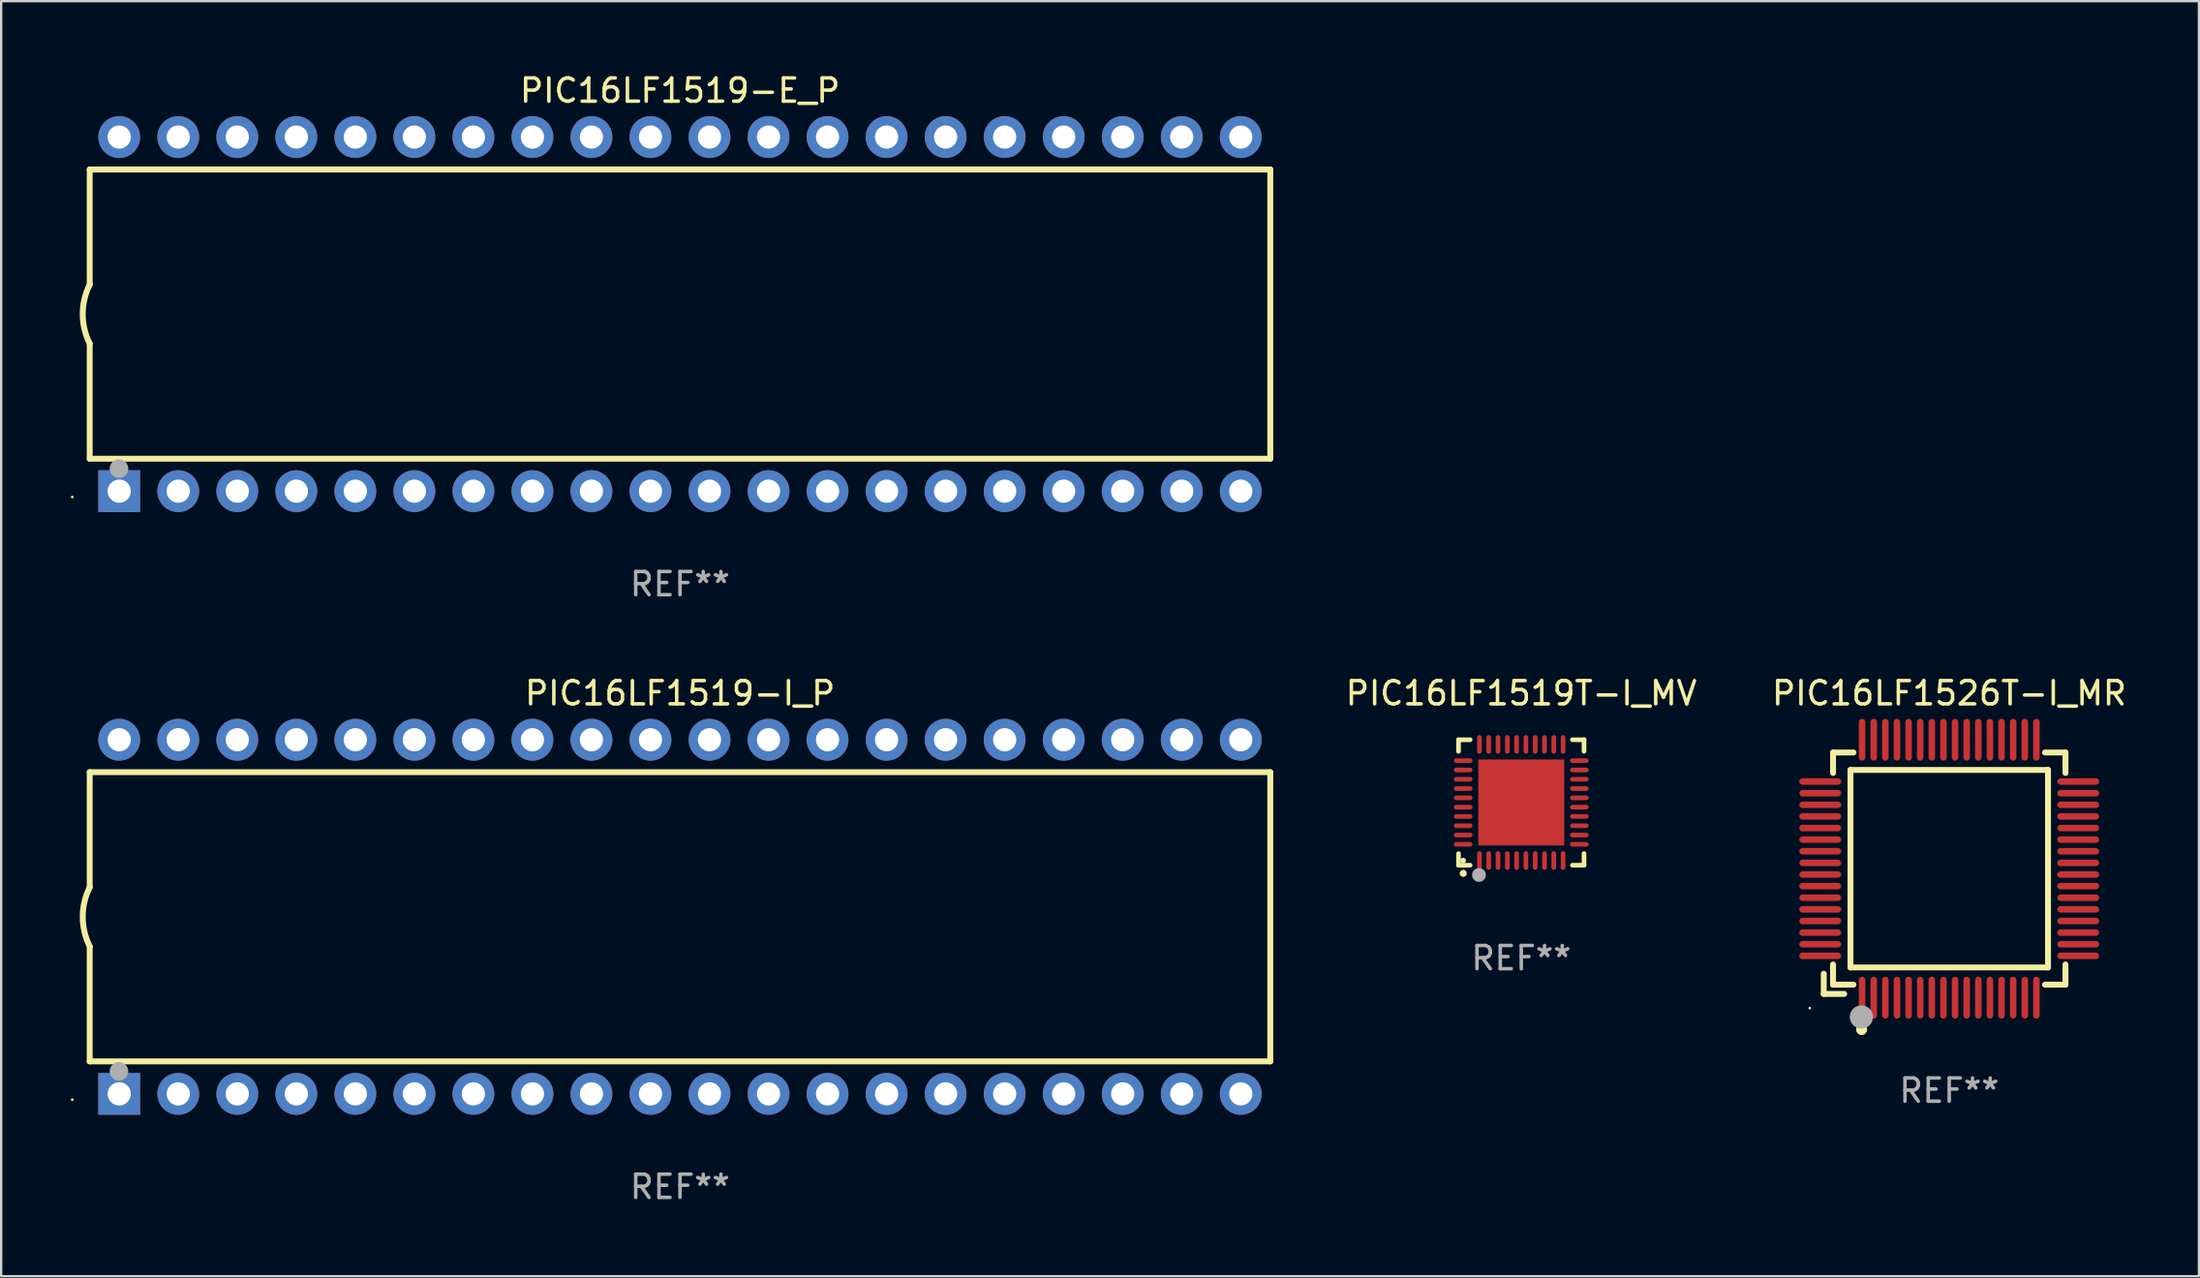
<source format=kicad_pcb>
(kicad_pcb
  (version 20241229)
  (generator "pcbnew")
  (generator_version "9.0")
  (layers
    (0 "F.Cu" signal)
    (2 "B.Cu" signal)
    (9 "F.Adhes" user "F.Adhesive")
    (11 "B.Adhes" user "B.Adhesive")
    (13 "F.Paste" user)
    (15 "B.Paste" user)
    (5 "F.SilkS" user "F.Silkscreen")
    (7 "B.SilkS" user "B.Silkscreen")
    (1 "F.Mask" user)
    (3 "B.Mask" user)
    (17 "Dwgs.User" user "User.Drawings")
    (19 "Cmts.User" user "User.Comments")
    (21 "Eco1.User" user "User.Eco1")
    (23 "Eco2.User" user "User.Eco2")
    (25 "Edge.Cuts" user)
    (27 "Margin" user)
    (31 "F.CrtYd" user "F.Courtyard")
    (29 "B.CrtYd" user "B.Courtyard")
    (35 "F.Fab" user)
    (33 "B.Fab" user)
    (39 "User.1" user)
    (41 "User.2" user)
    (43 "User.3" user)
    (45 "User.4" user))
  (footprint "PIC16LF1519-E_P"
    (layer "F.Cu")
    (at 26.21 10.468)
    (property "Reference" "PIC16LF1519-E_P" (at 0 -9.62 0) (layer "F.SilkS") (effects (font (size 1 1) (thickness 0.15))))
    (attr through_hole)
    (fp_line (start -25.4 -6.224) (end -25.4 -1.271) (stroke (width 0.254) (type solid)) (layer "F.SilkS"))
    (fp_line (start -25.4 -6.224) (end 25.4 -6.224) (stroke (width 0.254) (type solid)) (layer "F.SilkS"))
    (fp_line (start -25.4 1.269) (end -25.4 6.222) (stroke (width 0.254) (type solid)) (layer "F.SilkS"))
    (fp_line (start -25.4 6.222) (end 25.4 6.222) (stroke (width 0.254) (type solid)) (layer "F.SilkS"))
    (fp_line (start 25.4 6.222) (end 25.4 -6.224) (stroke (width 0.254) (type solid)) (layer "F.SilkS"))
    (fp_arc (start -25.4 1.269241) (mid -25.699807 -0.000762) (end -25.4 -1.270765) (stroke (width 0.254001) (type solid)) (layer "F.SilkS"))
    (fp_circle (center -26.15 7.87) (end -26.12 7.87) (stroke (width 0.06) (type solid)) (fill no) (layer "F.SilkS"))
    (fp_circle (center -24.14 6.65) (end -23.94 6.65) (stroke (width 0.4) (type solid)) (fill no) (layer "F.Fab"))
    (fp_text user "REF**" (at 0 11.62 0) (layer "F.Fab") (effects (font (size 1 1) (thickness 0.15))))
    (pad "1" thru_hole rect (at -24.13 7.62 90) (size 1.8 1.8) (drill 1) (layers "*.Cu" "*.Mask"))
    (pad "2" thru_hole circle (at -21.59 7.62) (size 1.8 1.8) (drill 1) (layers "*.Cu" "*.Mask"))
    (pad "3" thru_hole circle (at -19.05 7.62) (size 1.8 1.8) (drill 1) (layers "*.Cu" "*.Mask"))
    (pad "4" thru_hole circle (at -16.51 7.62) (size 1.8 1.8) (drill 1) (layers "*.Cu" "*.Mask"))
    (pad "5" thru_hole circle (at -13.97 7.62) (size 1.8 1.8) (drill 1) (layers "*.Cu" "*.Mask"))
    (pad "6" thru_hole circle (at -11.43 7.62) (size 1.8 1.8) (drill 1) (layers "*.Cu" "*.Mask"))
    (pad "7" thru_hole circle (at -8.89 7.62) (size 1.8 1.8) (drill 1) (layers "*.Cu" "*.Mask"))
    (pad "8" thru_hole circle (at -6.35 7.62) (size 1.8 1.8) (drill 1) (layers "*.Cu" "*.Mask"))
    (pad "9" thru_hole circle (at -3.81 7.62) (size 1.8 1.8) (drill 1) (layers "*.Cu" "*.Mask"))
    (pad "10" thru_hole circle (at -1.27 7.62) (size 1.8 1.8) (drill 1) (layers "*.Cu" "*.Mask"))
    (pad "11" thru_hole circle (at 1.27 7.62) (size 1.8 1.8) (drill 1) (layers "*.Cu" "*.Mask"))
    (pad "12" thru_hole circle (at 3.81 7.62) (size 1.8 1.8) (drill 1) (layers "*.Cu" "*.Mask"))
    (pad "13" thru_hole circle (at 6.35 7.62) (size 1.8 1.8) (drill 1) (layers "*.Cu" "*.Mask"))
    (pad "14" thru_hole circle (at 8.89 7.62) (size 1.8 1.8) (drill 1) (layers "*.Cu" "*.Mask"))
    (pad "15" thru_hole circle (at 11.43 7.62) (size 1.8 1.8) (drill 1) (layers "*.Cu" "*.Mask"))
    (pad "16" thru_hole circle (at 13.97 7.62) (size 1.8 1.8) (drill 1) (layers "*.Cu" "*.Mask"))
    (pad "17" thru_hole circle (at 16.51 7.62) (size 1.8 1.8) (drill 1) (layers "*.Cu" "*.Mask"))
    (pad "18" thru_hole circle (at 19.05 7.62) (size 1.8 1.8) (drill 1) (layers "*.Cu" "*.Mask"))
    (pad "19" thru_hole circle (at 21.59 7.62) (size 1.8 1.8) (drill 1) (layers "*.Cu" "*.Mask"))
    (pad "20" thru_hole circle (at 24.13 7.62) (size 1.8 1.8) (drill 1) (layers "*.Cu" "*.Mask"))
    (pad "21" thru_hole circle (at 24.13 -7.62) (size 1.8 1.8) (drill 1) (layers "*.Cu" "*.Mask"))
    (pad "22" thru_hole circle (at 21.59 -7.62) (size 1.8 1.8) (drill 1) (layers "*.Cu" "*.Mask"))
    (pad "23" thru_hole circle (at 19.05 -7.62) (size 1.8 1.8) (drill 1) (layers "*.Cu" "*.Mask"))
    (pad "24" thru_hole circle (at 16.51 -7.62) (size 1.8 1.8) (drill 1) (layers "*.Cu" "*.Mask"))
    (pad "25" thru_hole circle (at 13.97 -7.62) (size 1.8 1.8) (drill 1) (layers "*.Cu" "*.Mask"))
    (pad "26" thru_hole circle (at 11.43 -7.62) (size 1.8 1.8) (drill 1) (layers "*.Cu" "*.Mask"))
    (pad "27" thru_hole circle (at 8.89 -7.62) (size 1.8 1.8) (drill 1) (layers "*.Cu" "*.Mask"))
    (pad "28" thru_hole circle (at 6.35 -7.62) (size 1.8 1.8) (drill 1) (layers "*.Cu" "*.Mask"))
    (pad "29" thru_hole circle (at 3.81 -7.62) (size 1.8 1.8) (drill 1) (layers "*.Cu" "*.Mask"))
    (pad "30" thru_hole circle (at 1.27 -7.62) (size 1.8 1.8) (drill 1) (layers "*.Cu" "*.Mask"))
    (pad "31" thru_hole circle (at -1.27 -7.62) (size 1.8 1.8) (drill 1) (layers "*.Cu" "*.Mask"))
    (pad "32" thru_hole circle (at -3.81 -7.62) (size 1.8 1.8) (drill 1) (layers "*.Cu" "*.Mask"))
    (pad "33" thru_hole circle (at -6.35 -7.62) (size 1.8 1.8) (drill 1) (layers "*.Cu" "*.Mask"))
    (pad "34" thru_hole circle (at -8.89 -7.62) (size 1.8 1.8) (drill 1) (layers "*.Cu" "*.Mask"))
    (pad "35" thru_hole circle (at -11.43 -7.62) (size 1.8 1.8) (drill 1) (layers "*.Cu" "*.Mask"))
    (pad "36" thru_hole circle (at -13.97 -7.62) (size 1.8 1.8) (drill 1) (layers "*.Cu" "*.Mask"))
    (pad "37" thru_hole circle (at -16.51 -7.62) (size 1.8 1.8) (drill 1) (layers "*.Cu" "*.Mask"))
    (pad "38" thru_hole circle (at -19.05 -7.62) (size 1.8 1.8) (drill 1) (layers "*.Cu" "*.Mask"))
    (pad "39" thru_hole circle (at -21.59 -7.62) (size 1.8 1.8) (drill 1) (layers "*.Cu" "*.Mask"))
    (pad "40" thru_hole circle (at -24.13 -7.62) (size 1.8 1.8) (drill 1) (layers "*.Cu" "*.Mask")))
  (footprint "PIC16LF1519-I_P"
    (layer "F.Cu")
    (at 26.21 36.405)
    (property "Reference" "PIC16LF1519-I_P" (at 0 -9.62 0) (layer "F.SilkS") (effects (font (size 1 1) (thickness 0.15))))
    (attr through_hole)
    (fp_line (start -25.4 -6.224) (end -25.4 -1.271) (stroke (width 0.254) (type solid)) (layer "F.SilkS"))
    (fp_line (start -25.4 -6.224) (end 25.4 -6.224) (stroke (width 0.254) (type solid)) (layer "F.SilkS"))
    (fp_line (start -25.4 1.269) (end -25.4 6.222) (stroke (width 0.254) (type solid)) (layer "F.SilkS"))
    (fp_line (start -25.4 6.222) (end 25.4 6.222) (stroke (width 0.254) (type solid)) (layer "F.SilkS"))
    (fp_line (start 25.4 6.222) (end 25.4 -6.224) (stroke (width 0.254) (type solid)) (layer "F.SilkS"))
    (fp_arc (start -25.4 1.269241) (mid -25.699807 -0.000762) (end -25.4 -1.270765) (stroke (width 0.254001) (type solid)) (layer "F.SilkS"))
    (fp_circle (center -26.15 7.87) (end -26.12 7.87) (stroke (width 0.06) (type solid)) (fill no) (layer "F.SilkS"))
    (fp_circle (center -24.14 6.65) (end -23.94 6.65) (stroke (width 0.4) (type solid)) (fill no) (layer "F.Fab"))
    (fp_text user "REF**" (at 0 11.62 0) (layer "F.Fab") (effects (font (size 1 1) (thickness 0.15))))
    (pad "1" thru_hole rect (at -24.13 7.62 90) (size 1.8 1.8) (drill 1) (layers "*.Cu" "*.Mask"))
    (pad "2" thru_hole circle (at -21.59 7.62) (size 1.8 1.8) (drill 1) (layers "*.Cu" "*.Mask"))
    (pad "3" thru_hole circle (at -19.05 7.62) (size 1.8 1.8) (drill 1) (layers "*.Cu" "*.Mask"))
    (pad "4" thru_hole circle (at -16.51 7.62) (size 1.8 1.8) (drill 1) (layers "*.Cu" "*.Mask"))
    (pad "5" thru_hole circle (at -13.97 7.62) (size 1.8 1.8) (drill 1) (layers "*.Cu" "*.Mask"))
    (pad "6" thru_hole circle (at -11.43 7.62) (size 1.8 1.8) (drill 1) (layers "*.Cu" "*.Mask"))
    (pad "7" thru_hole circle (at -8.89 7.62) (size 1.8 1.8) (drill 1) (layers "*.Cu" "*.Mask"))
    (pad "8" thru_hole circle (at -6.35 7.62) (size 1.8 1.8) (drill 1) (layers "*.Cu" "*.Mask"))
    (pad "9" thru_hole circle (at -3.81 7.62) (size 1.8 1.8) (drill 1) (layers "*.Cu" "*.Mask"))
    (pad "10" thru_hole circle (at -1.27 7.62) (size 1.8 1.8) (drill 1) (layers "*.Cu" "*.Mask"))
    (pad "11" thru_hole circle (at 1.27 7.62) (size 1.8 1.8) (drill 1) (layers "*.Cu" "*.Mask"))
    (pad "12" thru_hole circle (at 3.81 7.62) (size 1.8 1.8) (drill 1) (layers "*.Cu" "*.Mask"))
    (pad "13" thru_hole circle (at 6.35 7.62) (size 1.8 1.8) (drill 1) (layers "*.Cu" "*.Mask"))
    (pad "14" thru_hole circle (at 8.89 7.62) (size 1.8 1.8) (drill 1) (layers "*.Cu" "*.Mask"))
    (pad "15" thru_hole circle (at 11.43 7.62) (size 1.8 1.8) (drill 1) (layers "*.Cu" "*.Mask"))
    (pad "16" thru_hole circle (at 13.97 7.62) (size 1.8 1.8) (drill 1) (layers "*.Cu" "*.Mask"))
    (pad "17" thru_hole circle (at 16.51 7.62) (size 1.8 1.8) (drill 1) (layers "*.Cu" "*.Mask"))
    (pad "18" thru_hole circle (at 19.05 7.62) (size 1.8 1.8) (drill 1) (layers "*.Cu" "*.Mask"))
    (pad "19" thru_hole circle (at 21.59 7.62) (size 1.8 1.8) (drill 1) (layers "*.Cu" "*.Mask"))
    (pad "20" thru_hole circle (at 24.13 7.62) (size 1.8 1.8) (drill 1) (layers "*.Cu" "*.Mask"))
    (pad "21" thru_hole circle (at 24.13 -7.62) (size 1.8 1.8) (drill 1) (layers "*.Cu" "*.Mask"))
    (pad "22" thru_hole circle (at 21.59 -7.62) (size 1.8 1.8) (drill 1) (layers "*.Cu" "*.Mask"))
    (pad "23" thru_hole circle (at 19.05 -7.62) (size 1.8 1.8) (drill 1) (layers "*.Cu" "*.Mask"))
    (pad "24" thru_hole circle (at 16.51 -7.62) (size 1.8 1.8) (drill 1) (layers "*.Cu" "*.Mask"))
    (pad "25" thru_hole circle (at 13.97 -7.62) (size 1.8 1.8) (drill 1) (layers "*.Cu" "*.Mask"))
    (pad "26" thru_hole circle (at 11.43 -7.62) (size 1.8 1.8) (drill 1) (layers "*.Cu" "*.Mask"))
    (pad "27" thru_hole circle (at 8.89 -7.62) (size 1.8 1.8) (drill 1) (layers "*.Cu" "*.Mask"))
    (pad "28" thru_hole circle (at 6.35 -7.62) (size 1.8 1.8) (drill 1) (layers "*.Cu" "*.Mask"))
    (pad "29" thru_hole circle (at 3.81 -7.62) (size 1.8 1.8) (drill 1) (layers "*.Cu" "*.Mask"))
    (pad "30" thru_hole circle (at 1.27 -7.62) (size 1.8 1.8) (drill 1) (layers "*.Cu" "*.Mask"))
    (pad "31" thru_hole circle (at -1.27 -7.62) (size 1.8 1.8) (drill 1) (layers "*.Cu" "*.Mask"))
    (pad "32" thru_hole circle (at -3.81 -7.62) (size 1.8 1.8) (drill 1) (layers "*.Cu" "*.Mask"))
    (pad "33" thru_hole circle (at -6.35 -7.62) (size 1.8 1.8) (drill 1) (layers "*.Cu" "*.Mask"))
    (pad "34" thru_hole circle (at -8.89 -7.62) (size 1.8 1.8) (drill 1) (layers "*.Cu" "*.Mask"))
    (pad "35" thru_hole circle (at -11.43 -7.62) (size 1.8 1.8) (drill 1) (layers "*.Cu" "*.Mask"))
    (pad "36" thru_hole circle (at -13.97 -7.62) (size 1.8 1.8) (drill 1) (layers "*.Cu" "*.Mask"))
    (pad "37" thru_hole circle (at -16.51 -7.62) (size 1.8 1.8) (drill 1) (layers "*.Cu" "*.Mask"))
    (pad "38" thru_hole circle (at -19.05 -7.62) (size 1.8 1.8) (drill 1) (layers "*.Cu" "*.Mask"))
    (pad "39" thru_hole circle (at -21.59 -7.62) (size 1.8 1.8) (drill 1) (layers "*.Cu" "*.Mask"))
    (pad "40" thru_hole circle (at -24.13 -7.62) (size 1.8 1.8) (drill 1) (layers "*.Cu" "*.Mask")))
  (footprint "PIC16LF1526T-I_MR"
    (layer "F.Cu")
    (at 80.826 34.335)
    (property "Reference" "PIC16LF1526T-I_MR" (at 0 -7.55 0) (layer "F.SilkS") (effects (font (size 1 1) (thickness 0.15))))
    (attr through_hole)
    (fp_line (start -5.4 4.521) (end -5.4 5.39) (stroke (width 0.254) (type solid)) (layer "F.SilkS"))
    (fp_line (start -5.4 5.39) (end -4.521 5.39) (stroke (width 0.254) (type solid)) (layer "F.SilkS"))
    (fp_line (start -5 -5) (end -5 -4.121) (stroke (width 0.254) (type solid)) (layer "F.SilkS"))
    (fp_line (start -5 4.121) (end -5 4.99) (stroke (width 0.254) (type solid)) (layer "F.SilkS"))
    (fp_line (start -5 4.99) (end -4.121 4.99) (stroke (width 0.254) (type solid)) (layer "F.SilkS"))
    (fp_line (start -4.25 -4.25) (end -4.25 4.25) (stroke (width 0.254) (type solid)) (layer "F.SilkS"))
    (fp_line (start -4.25 4.25) (end 4.25 4.25) (stroke (width 0.254) (type solid)) (layer "F.SilkS"))
    (fp_line (start -4.121 -5) (end -5 -5) (stroke (width 0.254) (type solid)) (layer "F.SilkS"))
    (fp_line (start 4.121 4.99) (end 5 4.99) (stroke (width 0.254) (type solid)) (layer "F.SilkS"))
    (fp_line (start 4.25 -4.25) (end -4.25 -4.25) (stroke (width 0.254) (type solid)) (layer "F.SilkS"))
    (fp_line (start 4.25 4.25) (end 4.25 -4.25) (stroke (width 0.254) (type solid)) (layer "F.SilkS"))
    (fp_line (start 5 -5) (end 4.121 -5) (stroke (width 0.254) (type solid)) (layer "F.SilkS"))
    (fp_line (start 5 -4.121) (end 5 -5) (stroke (width 0.254) (type solid)) (layer "F.SilkS"))
    (fp_line (start 5 4.99) (end 5 4.121) (stroke (width 0.254) (type solid)) (layer "F.SilkS"))
    (fp_circle (center -6 6) (end -5.97 6) (stroke (width 0.06) (type solid)) (fill no) (layer "F.SilkS"))
    (fp_circle (center -3.77 6.92) (end -3.65 6.92) (stroke (width 0.24) (type solid)) (fill no) (layer "F.SilkS"))
    (fp_circle (center -3.78 6.38) (end -3.53 6.38) (stroke (width 0.5) (type solid)) (fill no) (layer "F.Fab"))
    (fp_text user "REF**" (at 0 9.55 0) (layer "F.Fab") (effects (font (size 1 1) (thickness 0.15))))
    (pad "1" smd oval (at -3.75 5.55) (size 0.28 1.8) (layers "F.Cu" "F.Mask" "F.Paste"))
    (pad "2" smd oval (at -3.25 5.55) (size 0.28 1.8) (layers "F.Cu" "F.Mask" "F.Paste"))
    (pad "3" smd oval (at -2.75 5.55) (size 0.28 1.8) (layers "F.Cu" "F.Mask" "F.Paste"))
    (pad "4" smd oval (at -2.25 5.55) (size 0.28 1.8) (layers "F.Cu" "F.Mask" "F.Paste"))
    (pad "5" smd oval (at -1.75 5.55) (size 0.28 1.8) (layers "F.Cu" "F.Mask" "F.Paste"))
    (pad "6" smd oval (at -1.25 5.55) (size 0.28 1.8) (layers "F.Cu" "F.Mask" "F.Paste"))
    (pad "7" smd oval (at -0.75 5.55) (size 0.28 1.8) (layers "F.Cu" "F.Mask" "F.Paste"))
    (pad "8" smd oval (at -0.25 5.55) (size 0.28 1.8) (layers "F.Cu" "F.Mask" "F.Paste"))
    (pad "9" smd oval (at 0.25 5.55) (size 0.28 1.8) (layers "F.Cu" "F.Mask" "F.Paste"))
    (pad "10" smd oval (at 0.75 5.55) (size 0.28 1.8) (layers "F.Cu" "F.Mask" "F.Paste"))
    (pad "11" smd oval (at 1.25 5.55) (size 0.28 1.8) (layers "F.Cu" "F.Mask" "F.Paste"))
    (pad "12" smd oval (at 1.75 5.55) (size 0.28 1.8) (layers "F.Cu" "F.Mask" "F.Paste"))
    (pad "13" smd oval (at 2.25 5.55) (size 0.28 1.8) (layers "F.Cu" "F.Mask" "F.Paste"))
    (pad "14" smd oval (at 2.75 5.55) (size 0.28 1.8) (layers "F.Cu" "F.Mask" "F.Paste"))
    (pad "15" smd oval (at 3.25 5.55) (size 0.28 1.8) (layers "F.Cu" "F.Mask" "F.Paste"))
    (pad "16" smd oval (at 3.75 5.55) (size 0.28 1.8) (layers "F.Cu" "F.Mask" "F.Paste"))
    (pad "17" smd oval (at 5.55 3.75) (size 1.8 0.28) (layers "F.Cu" "F.Mask" "F.Paste"))
    (pad "18" smd oval (at 5.55 3.25) (size 1.8 0.28) (layers "F.Cu" "F.Mask" "F.Paste"))
    (pad "19" smd oval (at 5.55 2.75) (size 1.8 0.28) (layers "F.Cu" "F.Mask" "F.Paste"))
    (pad "20" smd oval (at 5.55 2.25) (size 1.8 0.28) (layers "F.Cu" "F.Mask" "F.Paste"))
    (pad "21" smd oval (at 5.55 1.75) (size 1.8 0.28) (layers "F.Cu" "F.Mask" "F.Paste"))
    (pad "22" smd oval (at 5.55 1.25) (size 1.8 0.28) (layers "F.Cu" "F.Mask" "F.Paste"))
    (pad "23" smd oval (at 5.55 0.75) (size 1.8 0.28) (layers "F.Cu" "F.Mask" "F.Paste"))
    (pad "24" smd oval (at 5.55 0.25) (size 1.8 0.28) (layers "F.Cu" "F.Mask" "F.Paste"))
    (pad "25" smd oval (at 5.55 -0.25) (size 1.8 0.28) (layers "F.Cu" "F.Mask" "F.Paste"))
    (pad "26" smd oval (at 5.55 -0.75) (size 1.8 0.28) (layers "F.Cu" "F.Mask" "F.Paste"))
    (pad "27" smd oval (at 5.55 -1.25) (size 1.8 0.28) (layers "F.Cu" "F.Mask" "F.Paste"))
    (pad "28" smd oval (at 5.55 -1.75) (size 1.8 0.28) (layers "F.Cu" "F.Mask" "F.Paste"))
    (pad "29" smd oval (at 5.55 -2.25) (size 1.8 0.28) (layers "F.Cu" "F.Mask" "F.Paste"))
    (pad "30" smd oval (at 5.55 -2.75) (size 1.8 0.28) (layers "F.Cu" "F.Mask" "F.Paste"))
    (pad "31" smd oval (at 5.55 -3.25) (size 1.8 0.28) (layers "F.Cu" "F.Mask" "F.Paste"))
    (pad "32" smd oval (at 5.55 -3.75) (size 1.8 0.28) (layers "F.Cu" "F.Mask" "F.Paste"))
    (pad "33" smd oval (at 3.75 -5.55) (size 0.28 1.8) (layers "F.Cu" "F.Mask" "F.Paste"))
    (pad "34" smd oval (at 3.25 -5.55) (size 0.28 1.8) (layers "F.Cu" "F.Mask" "F.Paste"))
    (pad "35" smd oval (at 2.75 -5.55) (size 0.28 1.8) (layers "F.Cu" "F.Mask" "F.Paste"))
    (pad "36" smd oval (at 2.25 -5.55) (size 0.28 1.8) (layers "F.Cu" "F.Mask" "F.Paste"))
    (pad "37" smd oval (at 1.75 -5.55) (size 0.28 1.8) (layers "F.Cu" "F.Mask" "F.Paste"))
    (pad "38" smd oval (at 1.25 -5.55) (size 0.28 1.8) (layers "F.Cu" "F.Mask" "F.Paste"))
    (pad "39" smd oval (at 0.75 -5.55) (size 0.28 1.8) (layers "F.Cu" "F.Mask" "F.Paste"))
    (pad "40" smd oval (at 0.25 -5.55) (size 0.28 1.8) (layers "F.Cu" "F.Mask" "F.Paste"))
    (pad "41" smd oval (at -0.25 -5.55) (size 0.28 1.8) (layers "F.Cu" "F.Mask" "F.Paste"))
    (pad "42" smd oval (at -0.75 -5.55) (size 0.28 1.8) (layers "F.Cu" "F.Mask" "F.Paste"))
    (pad "43" smd oval (at -1.25 -5.55) (size 0.28 1.8) (layers "F.Cu" "F.Mask" "F.Paste"))
    (pad "44" smd oval (at -1.75 -5.55) (size 0.28 1.8) (layers "F.Cu" "F.Mask" "F.Paste"))
    (pad "45" smd oval (at -2.25 -5.55) (size 0.28 1.8) (layers "F.Cu" "F.Mask" "F.Paste"))
    (pad "46" smd oval (at -2.75 -5.55) (size 0.28 1.8) (layers "F.Cu" "F.Mask" "F.Paste"))
    (pad "47" smd oval (at -3.25 -5.55) (size 0.28 1.8) (layers "F.Cu" "F.Mask" "F.Paste"))
    (pad "48" smd oval (at -3.75 -5.55) (size 0.28 1.8) (layers "F.Cu" "F.Mask" "F.Paste"))
    (pad "49" smd oval (at -5.55 -3.75) (size 1.8 0.28) (layers "F.Cu" "F.Mask" "F.Paste"))
    (pad "50" smd oval (at -5.55 -3.25) (size 1.8 0.28) (layers "F.Cu" "F.Mask" "F.Paste"))
    (pad "51" smd oval (at -5.55 -2.75) (size 1.8 0.28) (layers "F.Cu" "F.Mask" "F.Paste"))
    (pad "52" smd oval (at -5.55 -2.25) (size 1.8 0.28) (layers "F.Cu" "F.Mask" "F.Paste"))
    (pad "53" smd oval (at -5.55 -1.75) (size 1.8 0.28) (layers "F.Cu" "F.Mask" "F.Paste"))
    (pad "54" smd oval (at -5.55 -1.25) (size 1.8 0.28) (layers "F.Cu" "F.Mask" "F.Paste"))
    (pad "55" smd oval (at -5.55 -0.75) (size 1.8 0.28) (layers "F.Cu" "F.Mask" "F.Paste"))
    (pad "56" smd oval (at -5.55 -0.25) (size 1.8 0.28) (layers "F.Cu" "F.Mask" "F.Paste"))
    (pad "57" smd oval (at -5.55 0.25) (size 1.8 0.28) (layers "F.Cu" "F.Mask" "F.Paste"))
    (pad "58" smd oval (at -5.55 0.75) (size 1.8 0.28) (layers "F.Cu" "F.Mask" "F.Paste"))
    (pad "59" smd oval (at -5.55 1.25) (size 1.8 0.28) (layers "F.Cu" "F.Mask" "F.Paste"))
    (pad "60" smd oval (at -5.55 1.75) (size 1.8 0.28) (layers "F.Cu" "F.Mask" "F.Paste"))
    (pad "61" smd oval (at -5.55 2.25) (size 1.8 0.28) (layers "F.Cu" "F.Mask" "F.Paste"))
    (pad "62" smd oval (at -5.55 2.75) (size 1.8 0.28) (layers "F.Cu" "F.Mask" "F.Paste"))
    (pad "63" smd oval (at -5.55 3.25) (size 1.8 0.28) (layers "F.Cu" "F.Mask" "F.Paste"))
    (pad "64" smd oval (at -5.55 3.75) (size 1.8 0.28) (layers "F.Cu" "F.Mask" "F.Paste")))
  (footprint "PIC16LF1519T-I_MV"
    (layer "F.Cu")
    (at 62.41 31.485)
    (property "Reference" "PIC16LF1519T-I_MV" (at 0 -4.7 0) (layer "F.SilkS") (effects (font (size 1 1) (thickness 0.15))))
    (attr through_hole)
    (fp_line (start -2.7 -2.7) (end -2.7 -2.2) (stroke (width 0.2) (type solid)) (layer "F.SilkS"))
    (fp_line (start -2.7 2.7) (end -2.7 2.2) (stroke (width 0.2) (type solid)) (layer "F.SilkS"))
    (fp_line (start -2.2 -2.7) (end -2.7 -2.7) (stroke (width 0.2) (type solid)) (layer "F.SilkS"))
    (fp_line (start -2.2 2.7) (end -2.7 2.7) (stroke (width 0.2) (type solid)) (layer "F.SilkS"))
    (fp_line (start 2.7 -2.7) (end 2.2 -2.7) (stroke (width 0.2) (type solid)) (layer "F.SilkS"))
    (fp_line (start 2.7 -2.2) (end 2.7 -2.7) (stroke (width 0.2) (type solid)) (layer "F.SilkS"))
    (fp_line (start 2.7 2.2) (end 2.7 2.7) (stroke (width 0.2) (type solid)) (layer "F.SilkS"))
    (fp_line (start 2.7 2.7) (end 2.2 2.7) (stroke (width 0.2) (type solid)) (layer "F.SilkS"))
    (fp_arc (start -2.499365 3.050546) (mid -2.498095 3.050541) (end -2.496825 3.050546) (stroke (width 0.3) (type solid)) (layer "F.SilkS"))
    (fp_circle (center -2.5 2.5) (end -2.44 2.5) (stroke (width 0.12) (type solid)) (fill no) (layer "F.SilkS"))
    (fp_circle (center -1.82 3.12) (end -1.67 3.12) (stroke (width 0.3) (type solid)) (fill no) (layer "F.Fab"))
    (fp_text user "REF**" (at 0 6.7 0) (layer "F.Fab") (effects (font (size 1 1) (thickness 0.15))))
    (pad "1" smd oval (at -1.8 2.499) (size 0.2 0.8) (layers "F.Cu" "F.Mask" "F.Paste"))
    (pad "2" smd oval (at -1.4 2.499) (size 0.2 0.8) (layers "F.Cu" "F.Mask" "F.Paste"))
    (pad "3" smd oval (at -1 2.499) (size 0.2 0.8) (layers "F.Cu" "F.Mask" "F.Paste"))
    (pad "4" smd oval (at -0.6 2.499) (size 0.2 0.8) (layers "F.Cu" "F.Mask" "F.Paste"))
    (pad "5" smd oval (at -0.2 2.499) (size 0.2 0.8) (layers "F.Cu" "F.Mask" "F.Paste"))
    (pad "6" smd oval (at 0.2 2.499) (size 0.2 0.8) (layers "F.Cu" "F.Mask" "F.Paste"))
    (pad "7" smd oval (at 0.6 2.499) (size 0.2 0.8) (layers "F.Cu" "F.Mask" "F.Paste"))
    (pad "8" smd oval (at 1 2.499) (size 0.2 0.8) (layers "F.Cu" "F.Mask" "F.Paste"))
    (pad "9" smd oval (at 1.4 2.499) (size 0.2 0.8) (layers "F.Cu" "F.Mask" "F.Paste"))
    (pad "10" smd oval (at 1.8 2.499) (size 0.2 0.8) (layers "F.Cu" "F.Mask" "F.Paste"))
    (pad "11" smd oval (at 2.499 1.8) (size 0.8 0.2) (layers "F.Cu" "F.Mask" "F.Paste"))
    (pad "12" smd oval (at 2.499 1.4) (size 0.8 0.2) (layers "F.Cu" "F.Mask" "F.Paste"))
    (pad "13" smd oval (at 2.499 1) (size 0.8 0.2) (layers "F.Cu" "F.Mask" "F.Paste"))
    (pad "14" smd oval (at 2.499 0.6) (size 0.8 0.2) (layers "F.Cu" "F.Mask" "F.Paste"))
    (pad "15" smd oval (at 2.499 0.2) (size 0.8 0.2) (layers "F.Cu" "F.Mask" "F.Paste"))
    (pad "16" smd oval (at 2.499 -0.2) (size 0.8 0.2) (layers "F.Cu" "F.Mask" "F.Paste"))
    (pad "17" smd oval (at 2.499 -0.6) (size 0.8 0.2) (layers "F.Cu" "F.Mask" "F.Paste"))
    (pad "18" smd oval (at 2.499 -1) (size 0.8 0.2) (layers "F.Cu" "F.Mask" "F.Paste"))
    (pad "19" smd oval (at 2.499 -1.4) (size 0.8 0.2) (layers "F.Cu" "F.Mask" "F.Paste"))
    (pad "20" smd oval (at 2.499 -1.8) (size 0.8 0.2) (layers "F.Cu" "F.Mask" "F.Paste"))
    (pad "21" smd oval (at 1.8 -2.499) (size 0.2 0.8) (layers "F.Cu" "F.Mask" "F.Paste"))
    (pad "22" smd oval (at 1.4 -2.499) (size 0.2 0.8) (layers "F.Cu" "F.Mask" "F.Paste"))
    (pad "23" smd oval (at 1 -2.499) (size 0.2 0.8) (layers "F.Cu" "F.Mask" "F.Paste"))
    (pad "24" smd oval (at 0.6 -2.499) (size 0.2 0.8) (layers "F.Cu" "F.Mask" "F.Paste"))
    (pad "25" smd oval (at 0.2 -2.499) (size 0.2 0.8) (layers "F.Cu" "F.Mask" "F.Paste"))
    (pad "26" smd oval (at -0.2 -2.499) (size 0.2 0.8) (layers "F.Cu" "F.Mask" "F.Paste"))
    (pad "27" smd oval (at -0.6 -2.499) (size 0.2 0.8) (layers "F.Cu" "F.Mask" "F.Paste"))
    (pad "28" smd oval (at -1 -2.499) (size 0.2 0.8) (layers "F.Cu" "F.Mask" "F.Paste"))
    (pad "29" smd oval (at -1.4 -2.499) (size 0.2 0.8) (layers "F.Cu" "F.Mask" "F.Paste"))
    (pad "30" smd oval (at -1.8 -2.499) (size 0.2 0.8) (layers "F.Cu" "F.Mask" "F.Paste"))
    (pad "31" smd oval (at -2.499 -1.8) (size 0.8 0.2) (layers "F.Cu" "F.Mask" "F.Paste"))
    (pad "32" smd oval (at -2.499 -1.4) (size 0.8 0.2) (layers "F.Cu" "F.Mask" "F.Paste"))
    (pad "33" smd oval (at -2.499 -1) (size 0.8 0.2) (layers "F.Cu" "F.Mask" "F.Paste"))
    (pad "34" smd oval (at -2.499 -0.6) (size 0.8 0.2) (layers "F.Cu" "F.Mask" "F.Paste"))
    (pad "35" smd oval (at -2.499 -0.2) (size 0.8 0.2) (layers "F.Cu" "F.Mask" "F.Paste"))
    (pad "36" smd oval (at -2.499 0.2) (size 0.8 0.2) (layers "F.Cu" "F.Mask" "F.Paste"))
    (pad "37" smd oval (at -2.499 0.6) (size 0.8 0.2) (layers "F.Cu" "F.Mask" "F.Paste"))
    (pad "38" smd oval (at -2.499 1) (size 0.8 0.2) (layers "F.Cu" "F.Mask" "F.Paste"))
    (pad "39" smd oval (at -2.499 1.4) (size 0.8 0.2) (layers "F.Cu" "F.Mask" "F.Paste"))
    (pad "40" smd oval (at -2.499 1.8) (size 0.8 0.2) (layers "F.Cu" "F.Mask" "F.Paste"))
    (pad "41" smd rect (at 0 0) (size 3.7 3.7) (layers "F.Cu" "F.Mask" "F.Paste")))
  (gr_rect
    (start -3 -3)
    (end 91.57 51.873)
    (stroke (width 0.1) (type default))
    (fill no)
    (layer "Edge.Cuts")))
</source>
